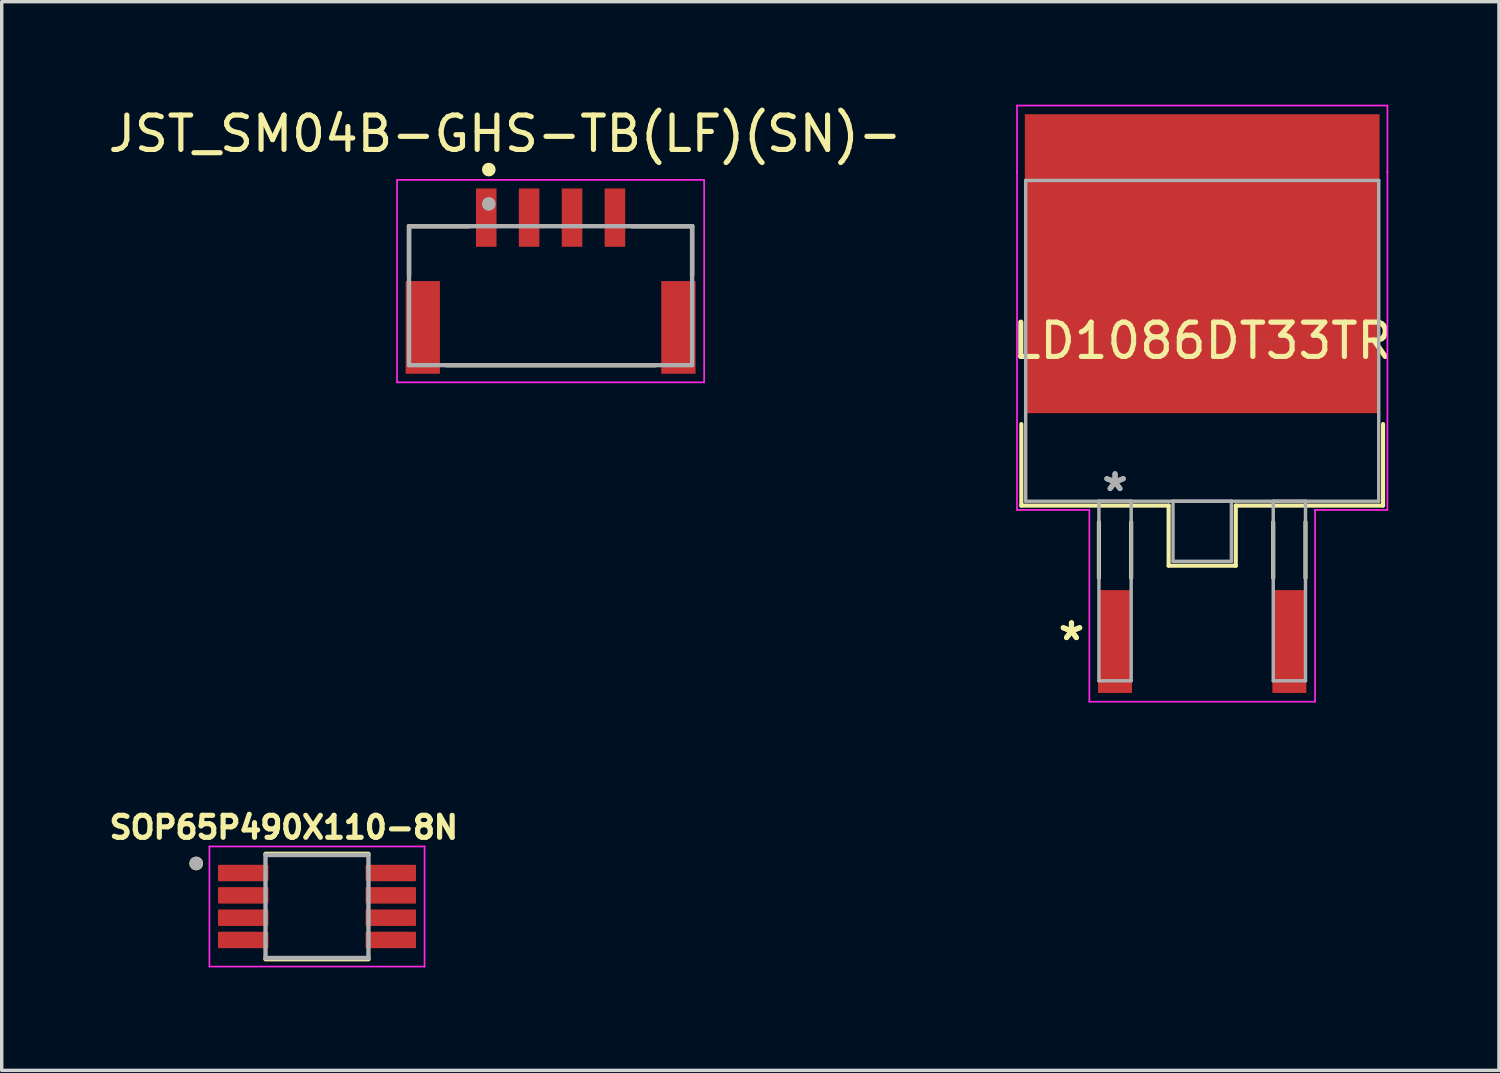
<source format=kicad_pcb>
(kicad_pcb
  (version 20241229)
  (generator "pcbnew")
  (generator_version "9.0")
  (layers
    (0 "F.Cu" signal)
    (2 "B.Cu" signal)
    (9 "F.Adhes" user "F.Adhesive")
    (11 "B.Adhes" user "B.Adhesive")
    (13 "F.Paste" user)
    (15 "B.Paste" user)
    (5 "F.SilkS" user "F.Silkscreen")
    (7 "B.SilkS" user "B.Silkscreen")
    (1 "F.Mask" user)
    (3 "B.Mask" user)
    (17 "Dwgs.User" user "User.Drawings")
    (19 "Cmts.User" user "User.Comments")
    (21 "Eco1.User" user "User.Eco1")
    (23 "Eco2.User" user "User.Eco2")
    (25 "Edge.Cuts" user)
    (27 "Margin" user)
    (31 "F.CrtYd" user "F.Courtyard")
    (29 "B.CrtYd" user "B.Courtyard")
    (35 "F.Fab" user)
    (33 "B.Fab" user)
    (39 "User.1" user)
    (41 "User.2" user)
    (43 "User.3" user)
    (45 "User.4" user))
  (footprint "SOP65P490X110-8N"
    (layer "F.Cu")
    (at 6.188 23.368)
    (property "Reference" "SOP65P490X110-8N" (at -0.968 -2.306 0) (layer "F.SilkS") (effects (font (size 0.64 0.64) (thickness 0.15))))
    (attr through_hole)
    (fp_line (start -1.5 -1.535) (end 1.5 -1.535) (stroke (width 0.127) (type solid)) (layer "F.SilkS"))
    (fp_line (start -1.5 1.535) (end 1.5 1.535) (stroke (width 0.127) (type solid)) (layer "F.SilkS"))
    (fp_circle (center -3.52 -1.255) (end -3.42 -1.255) (stroke (width 0.2) (type solid)) (fill no) (layer "F.SilkS"))
    (fp_line (start -3.135 -1.75) (end -3.135 1.75) (stroke (width 0.05) (type solid)) (layer "F.CrtYd"))
    (fp_line (start -3.135 -1.75) (end 3.135 -1.75) (stroke (width 0.05) (type solid)) (layer "F.CrtYd"))
    (fp_line (start -3.135 1.75) (end 3.135 1.75) (stroke (width 0.05) (type solid)) (layer "F.CrtYd"))
    (fp_line (start 3.135 -1.75) (end 3.135 1.75) (stroke (width 0.05) (type solid)) (layer "F.CrtYd"))
    (fp_line (start -1.5 -1.5) (end -1.5 1.5) (stroke (width 0.127) (type solid)) (layer "F.Fab"))
    (fp_line (start -1.5 -1.5) (end 1.5 -1.5) (stroke (width 0.127) (type solid)) (layer "F.Fab"))
    (fp_line (start -1.5 1.5) (end 1.5 1.5) (stroke (width 0.127) (type solid)) (layer "F.Fab"))
    (fp_line (start 1.5 -1.5) (end 1.5 1.5) (stroke (width 0.127) (type solid)) (layer "F.Fab"))
    (fp_circle (center -3.52 -1.255) (end -3.42 -1.255) (stroke (width 0.2) (type solid)) (fill no) (layer "F.Fab"))
    (pad "1" smd roundrect (at -2.15 -0.975) (size 1.47 0.48) (layers "F.Cu" "F.Mask" "F.Paste") (roundrect_rratio 0.06))
    (pad "2" smd roundrect (at -2.15 -0.325) (size 1.47 0.48) (layers "F.Cu" "F.Mask" "F.Paste") (roundrect_rratio 0.06))
    (pad "3" smd roundrect (at -2.15 0.325) (size 1.47 0.48) (layers "F.Cu" "F.Mask" "F.Paste") (roundrect_rratio 0.06))
    (pad "4" smd roundrect (at -2.15 0.975) (size 1.47 0.48) (layers "F.Cu" "F.Mask" "F.Paste") (roundrect_rratio 0.06))
    (pad "5" smd roundrect (at 2.15 0.975) (size 1.47 0.48) (layers "F.Cu" "F.Mask" "F.Paste") (roundrect_rratio 0.06))
    (pad "6" smd roundrect (at 2.15 0.325) (size 1.47 0.48) (layers "F.Cu" "F.Mask" "F.Paste") (roundrect_rratio 0.06))
    (pad "7" smd roundrect (at 2.15 -0.325) (size 1.47 0.48) (layers "F.Cu" "F.Mask" "F.Paste") (roundrect_rratio 0.06))
    (pad "8" smd roundrect (at 2.15 -0.975) (size 1.47 0.48) (layers "F.Cu" "F.Mask" "F.Paste") (roundrect_rratio 0.06)))
  (footprint "JST_SM04B-GHS-TB(LF)(SN)-"
    (layer "F.Cu")
    (at 12.995 5.567)
    (property "Reference" "JST_SM04B-GHS-TB(LF)(SN)-" (at -1.327 -4.718 0) (layer "F.SilkS") (effects (font (size 1.002 1.002) (thickness 0.15))))
    (attr through_hole)
    (fp_line (start -4.125 -2.025) (end -2.36 -2.025) (stroke (width 0.127) (type solid)) (layer "F.SilkS"))
    (fp_line (start -4.125 -0.605) (end -4.125 -2.025) (stroke (width 0.127) (type solid)) (layer "F.SilkS"))
    (fp_line (start -3.04 2.025) (end 3.05 2.025) (stroke (width 0.127) (type solid)) (layer "F.SilkS"))
    (fp_line (start 4.125 -2.025) (end 2.36 -2.025) (stroke (width 0.127) (type solid)) (layer "F.SilkS"))
    (fp_line (start 4.125 -0.595) (end 4.125 -2.025) (stroke (width 0.127) (type solid)) (layer "F.SilkS"))
    (fp_circle (center -1.8 -3.675) (end -1.7 -3.675) (stroke (width 0.2) (type solid)) (fill no) (layer "F.SilkS"))
    (fp_line (start -4.475 -3.375) (end 4.475 -3.375) (stroke (width 0.05) (type solid)) (layer "F.CrtYd"))
    (fp_line (start -4.475 2.525) (end -4.475 -3.375) (stroke (width 0.05) (type solid)) (layer "F.CrtYd"))
    (fp_line (start 4.475 -3.375) (end 4.475 2.525) (stroke (width 0.05) (type solid)) (layer "F.CrtYd"))
    (fp_line (start 4.475 2.525) (end -4.475 2.525) (stroke (width 0.05) (type solid)) (layer "F.CrtYd"))
    (fp_line (start -4.125 -2.025) (end 4.125 -2.025) (stroke (width 0.127) (type solid)) (layer "F.Fab"))
    (fp_line (start -4.125 2.025) (end -4.125 -2.025) (stroke (width 0.127) (type solid)) (layer "F.Fab"))
    (fp_line (start 4.125 -2.025) (end 4.125 2.025) (stroke (width 0.127) (type solid)) (layer "F.Fab"))
    (fp_line (start 4.125 2.025) (end -4.125 2.025) (stroke (width 0.127) (type solid)) (layer "F.Fab"))
    (fp_circle (center -1.8 -2.675) (end -1.7 -2.675) (stroke (width 0.2) (type solid)) (fill no) (layer "F.Fab"))
    (pad "1" smd rect (at -1.875 -2.275 90) (size 1.7 0.6) (layers "F.Cu" "F.Mask" "F.Paste"))
    (pad "2" smd rect (at -0.625 -2.275 90) (size 1.7 0.6) (layers "F.Cu" "F.Mask" "F.Paste"))
    (pad "3" smd rect (at 0.625 -2.275 90) (size 1.7 0.6) (layers "F.Cu" "F.Mask" "F.Paste"))
    (pad "4" smd rect (at 1.875 -2.275 90) (size 1.7 0.6) (layers "F.Cu" "F.Mask" "F.Paste"))
    (pad "SH1" smd rect (at -3.725 0.925 90) (size 2.7 1) (layers "F.Cu" "F.Mask" "F.Paste"))
    (pad "SH2" smd rect (at 3.725 0.925 90) (size 2.7 1) (layers "F.Cu" "F.Mask" "F.Paste")))
  (footprint "LD1086DT33TR"
    (layer "F.Cu")
    (at 31.985 6.883)
    (property "Reference" "LD1086DT33TR" (at 0 0 0) (layer "F.SilkS") (effects (font (size 1 1) (thickness 0.15))))
    (attr through_hole)
    (fp_line (start -5.271 2.425) (end -5.271 4.801) (stroke (width 0.12) (type solid)) (layer "F.SilkS"))
    (fp_line (start -5.271 4.801) (end -0.978 4.801) (stroke (width 0.12) (type solid)) (layer "F.SilkS"))
    (fp_line (start -3.01 5.283) (end -3.01 6.909) (stroke (width 0.12) (type solid)) (layer "F.SilkS"))
    (fp_line (start -2.07 5.283) (end -2.07 6.909) (stroke (width 0.12) (type solid)) (layer "F.SilkS"))
    (fp_line (start -0.978 4.801) (end -0.978 6.553) (stroke (width 0.12) (type solid)) (layer "F.SilkS"))
    (fp_line (start -0.978 6.553) (end 0.978 6.553) (stroke (width 0.12) (type solid)) (layer "F.SilkS"))
    (fp_line (start 0.978 4.801) (end 5.271 4.801) (stroke (width 0.12) (type solid)) (layer "F.SilkS"))
    (fp_line (start 0.978 6.553) (end 0.978 4.801) (stroke (width 0.12) (type solid)) (layer "F.SilkS"))
    (fp_line (start 2.07 5.283) (end 2.07 6.909) (stroke (width 0.12) (type solid)) (layer "F.SilkS"))
    (fp_line (start 3.01 5.283) (end 3.01 6.909) (stroke (width 0.12) (type solid)) (layer "F.SilkS"))
    (fp_line (start 5.271 4.801) (end 5.271 2.425) (stroke (width 0.12) (type solid)) (layer "F.SilkS"))
    (fp_line (start -5.397 -6.858) (end 5.397 -6.858) (stroke (width 0.05) (type solid)) (layer "F.CrtYd"))
    (fp_line (start -5.397 -4.928) (end -5.397 -6.858) (stroke (width 0.05) (type solid)) (layer "F.CrtYd"))
    (fp_line (start -5.397 -4.928) (end -5.397 -4.928) (stroke (width 0.05) (type solid)) (layer "F.CrtYd"))
    (fp_line (start -5.397 -4.928) (end -5.397 -4.928) (stroke (width 0.05) (type solid)) (layer "F.CrtYd"))
    (fp_line (start -5.397 4.928) (end -5.397 -4.928) (stroke (width 0.05) (type solid)) (layer "F.CrtYd"))
    (fp_line (start -3.289 4.928) (end -5.397 4.928) (stroke (width 0.05) (type solid)) (layer "F.CrtYd"))
    (fp_line (start -3.289 10.516) (end -3.289 4.928) (stroke (width 0.05) (type solid)) (layer "F.CrtYd"))
    (fp_line (start 3.289 4.928) (end 3.289 10.516) (stroke (width 0.05) (type solid)) (layer "F.CrtYd"))
    (fp_line (start 3.289 10.516) (end -3.289 10.516) (stroke (width 0.05) (type solid)) (layer "F.CrtYd"))
    (fp_line (start 5.397 -6.858) (end 5.397 -4.928) (stroke (width 0.05) (type solid)) (layer "F.CrtYd"))
    (fp_line (start 5.397 -4.928) (end 5.397 -4.928) (stroke (width 0.05) (type solid)) (layer "F.CrtYd"))
    (fp_line (start 5.397 -4.928) (end 5.397 -4.928) (stroke (width 0.05) (type solid)) (layer "F.CrtYd"))
    (fp_line (start 5.397 -4.928) (end 5.397 4.928) (stroke (width 0.05) (type solid)) (layer "F.CrtYd"))
    (fp_line (start 5.397 4.928) (end 3.289 4.928) (stroke (width 0.05) (type solid)) (layer "F.CrtYd"))
    (fp_line (start -5.144 -4.674) (end -5.144 4.674) (stroke (width 0.1) (type solid)) (layer "F.Fab"))
    (fp_line (start -5.144 4.674) (end 5.144 4.674) (stroke (width 0.1) (type solid)) (layer "F.Fab"))
    (fp_line (start -3.01 4.674) (end -3.01 9.906) (stroke (width 0.1) (type solid)) (layer "F.Fab"))
    (fp_line (start -3.01 9.906) (end -2.07 9.906) (stroke (width 0.1) (type solid)) (layer "F.Fab"))
    (fp_line (start -2.07 4.674) (end -3.01 4.674) (stroke (width 0.1) (type solid)) (layer "F.Fab"))
    (fp_line (start -2.07 9.906) (end -2.07 4.674) (stroke (width 0.1) (type solid)) (layer "F.Fab"))
    (fp_line (start -0.851 4.674) (end -0.851 6.426) (stroke (width 0.1) (type solid)) (layer "F.Fab"))
    (fp_line (start -0.851 6.426) (end 0.851 6.426) (stroke (width 0.1) (type solid)) (layer "F.Fab"))
    (fp_line (start 0.851 4.674) (end -0.851 4.674) (stroke (width 0.1) (type solid)) (layer "F.Fab"))
    (fp_line (start 0.851 6.426) (end 0.851 4.674) (stroke (width 0.1) (type solid)) (layer "F.Fab"))
    (fp_line (start 2.07 4.674) (end 2.07 9.906) (stroke (width 0.1) (type solid)) (layer "F.Fab"))
    (fp_line (start 2.07 9.906) (end 3.01 9.906) (stroke (width 0.1) (type solid)) (layer "F.Fab"))
    (fp_line (start 3.01 4.674) (end 2.07 4.674) (stroke (width 0.1) (type solid)) (layer "F.Fab"))
    (fp_line (start 3.01 9.906) (end 3.01 4.674) (stroke (width 0.1) (type solid)) (layer "F.Fab"))
    (fp_line (start 5.144 -4.674) (end -5.144 -4.674) (stroke (width 0.1) (type solid)) (layer "F.Fab"))
    (fp_line (start 5.144 4.674) (end 5.144 -4.674) (stroke (width 0.1) (type solid)) (layer "F.Fab"))
    (fp_text user "*" (at -3.81 8.763 0) (layer "F.SilkS") (effects (font (size 1 1) (thickness 0.15))))
    (fp_text user "*" (at -3.81 8.763 0) (layer "F.SilkS") (effects (font (size 1 1) (thickness 0.15))))
    (fp_text user "Copyright 2021 Accelerated Designs. All rights reserved." (at 0 0 0) (layer "Cmts.User") (effects (font (size 0.127 0.127) (thickness 0.002))))
    (fp_text user "*" (at -2.54 4.42 0) (layer "F.Fab") (effects (font (size 1 1) (thickness 0.15))))
    (fp_text user "*" (at -2.54 4.42 0) (layer "F.Fab") (effects (font (size 1 1) (thickness 0.15))))
    (pad "1" smd rect (at -2.54 8.763) (size 0.991 2.997) (layers "F.Cu" "F.Mask" "F.Paste"))
    (pad "2" smd rect (at 2.54 8.763) (size 0.991 2.997) (layers "F.Cu" "F.Mask" "F.Paste"))
    (pad "3" smd rect (at 0 -2.248) (size 10.338 8.712) (layers "F.Cu" "F.Mask" "F.Paste")))
  (gr_rect
    (start -3 -3)
    (end 40.633 28.143)
    (stroke (width 0.1) (type default))
    (fill no)
    (layer "Edge.Cuts")))
</source>
